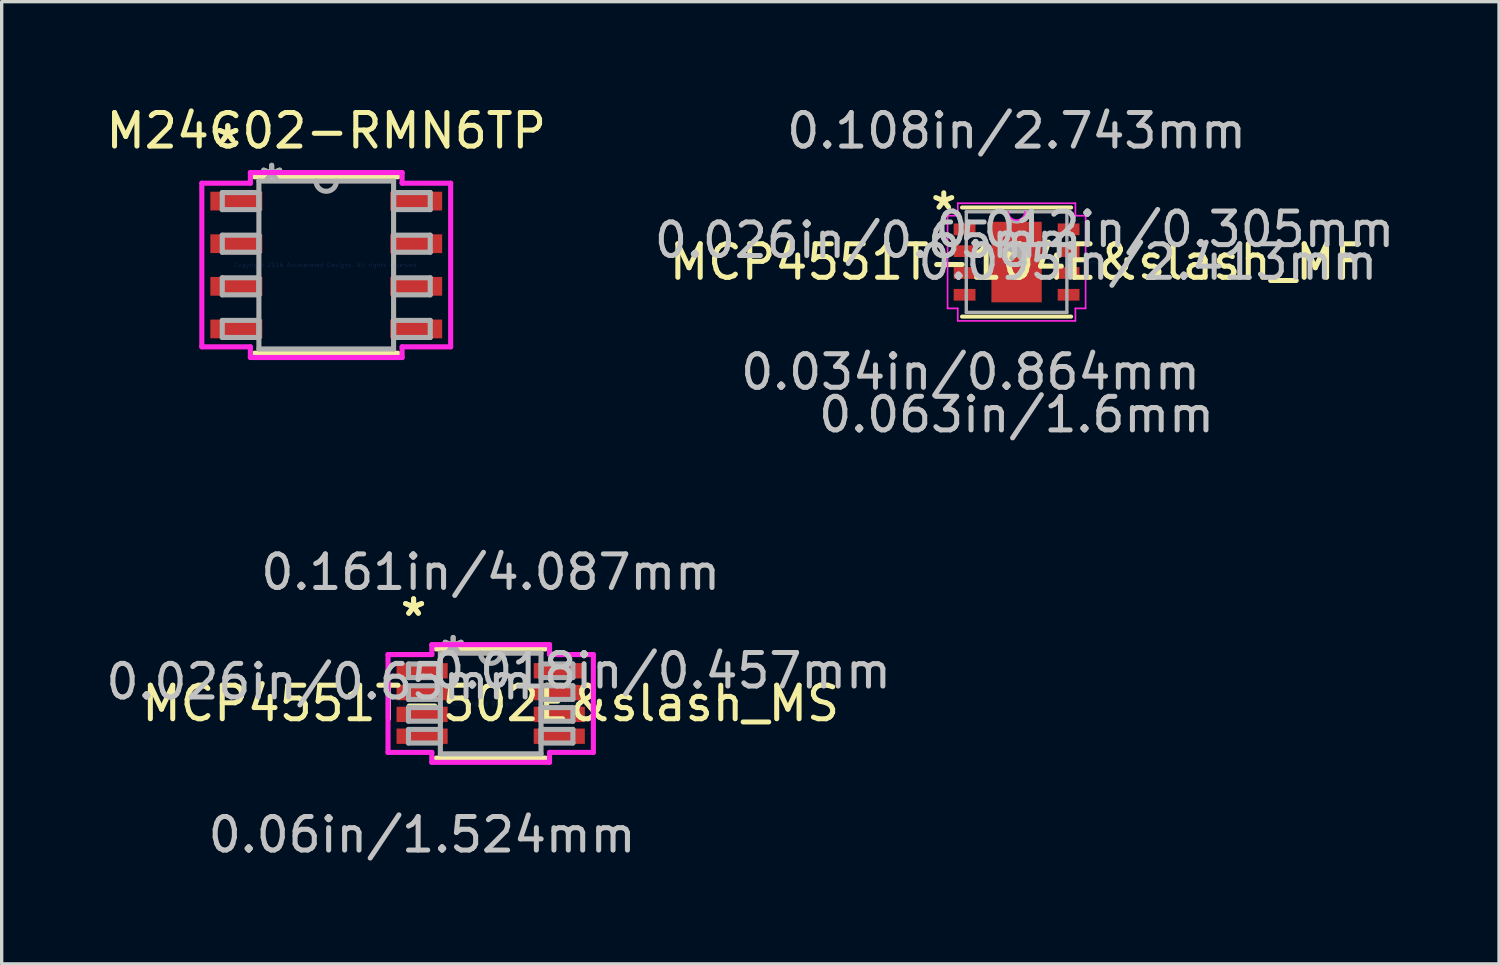
<source format=kicad_pcb>
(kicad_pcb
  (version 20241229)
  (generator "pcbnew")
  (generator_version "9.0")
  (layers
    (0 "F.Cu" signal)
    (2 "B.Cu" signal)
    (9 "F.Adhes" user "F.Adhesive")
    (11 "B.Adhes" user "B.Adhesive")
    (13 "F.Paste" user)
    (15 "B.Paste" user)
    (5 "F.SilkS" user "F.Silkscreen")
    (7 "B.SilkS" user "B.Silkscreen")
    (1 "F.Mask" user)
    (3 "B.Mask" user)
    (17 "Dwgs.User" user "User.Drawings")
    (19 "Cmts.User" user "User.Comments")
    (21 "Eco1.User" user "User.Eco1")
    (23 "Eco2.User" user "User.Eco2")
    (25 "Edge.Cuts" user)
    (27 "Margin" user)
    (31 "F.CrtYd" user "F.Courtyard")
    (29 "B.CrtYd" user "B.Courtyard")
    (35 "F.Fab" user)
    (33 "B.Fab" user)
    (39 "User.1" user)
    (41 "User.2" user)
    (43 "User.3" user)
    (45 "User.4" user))
  (footprint "M24C02-RMN6TP"
    (layer "F.Cu")
    (at 6.673 4.848)
    (property "Reference" "M24C02-RMN6TP" (at 0 -4 0) (layer "F.SilkS") (effects (font (size 1 1) (thickness 0.15))))
    (attr through_hole)
    (fp_line (start -2.134 2.629) (end 2.134 2.629) (stroke (width 0.152) (type solid)) (layer "F.SilkS"))
    (fp_line (start 2.134 -2.629) (end -2.134 -2.629) (stroke (width 0.152) (type solid)) (layer "F.SilkS"))
    (fp_line (start -3.708 -2.438) (end -2.261 -2.438) (stroke (width 0.152) (type solid)) (layer "F.CrtYd"))
    (fp_line (start -3.708 2.438) (end -3.708 -2.438) (stroke (width 0.152) (type solid)) (layer "F.CrtYd"))
    (fp_line (start -2.261 -2.756) (end 2.261 -2.756) (stroke (width 0.152) (type solid)) (layer "F.CrtYd"))
    (fp_line (start -2.261 -2.438) (end -2.261 -2.756) (stroke (width 0.152) (type solid)) (layer "F.CrtYd"))
    (fp_line (start -2.261 2.438) (end -3.708 2.438) (stroke (width 0.152) (type solid)) (layer "F.CrtYd"))
    (fp_line (start -2.261 2.756) (end -2.261 2.438) (stroke (width 0.152) (type solid)) (layer "F.CrtYd"))
    (fp_line (start 2.261 -2.756) (end 2.261 -2.438) (stroke (width 0.152) (type solid)) (layer "F.CrtYd"))
    (fp_line (start 2.261 -2.438) (end 3.708 -2.438) (stroke (width 0.152) (type solid)) (layer "F.CrtYd"))
    (fp_line (start 2.261 2.438) (end 2.261 2.756) (stroke (width 0.152) (type solid)) (layer "F.CrtYd"))
    (fp_line (start 2.261 2.756) (end -2.261 2.756) (stroke (width 0.152) (type solid)) (layer "F.CrtYd"))
    (fp_line (start 3.708 -2.438) (end 3.708 2.438) (stroke (width 0.152) (type solid)) (layer "F.CrtYd"))
    (fp_line (start 3.708 2.438) (end 2.261 2.438) (stroke (width 0.152) (type solid)) (layer "F.CrtYd"))
    (fp_line (start -3.099 -2.159) (end -3.099 -1.651) (stroke (width 0.152) (type solid)) (layer "F.Fab"))
    (fp_line (start -3.099 -1.651) (end -2.007 -1.651) (stroke (width 0.152) (type solid)) (layer "F.Fab"))
    (fp_line (start -3.099 -0.889) (end -3.099 -0.381) (stroke (width 0.152) (type solid)) (layer "F.Fab"))
    (fp_line (start -3.099 -0.381) (end -2.007 -0.381) (stroke (width 0.152) (type solid)) (layer "F.Fab"))
    (fp_line (start -3.099 0.381) (end -3.099 0.889) (stroke (width 0.152) (type solid)) (layer "F.Fab"))
    (fp_line (start -3.099 0.889) (end -2.007 0.889) (stroke (width 0.152) (type solid)) (layer "F.Fab"))
    (fp_line (start -3.099 1.651) (end -3.099 2.159) (stroke (width 0.152) (type solid)) (layer "F.Fab"))
    (fp_line (start -3.099 2.159) (end -2.007 2.159) (stroke (width 0.152) (type solid)) (layer "F.Fab"))
    (fp_line (start -2.007 -2.502) (end -2.007 2.502) (stroke (width 0.152) (type solid)) (layer "F.Fab"))
    (fp_line (start -2.007 -2.159) (end -3.099 -2.159) (stroke (width 0.152) (type solid)) (layer "F.Fab"))
    (fp_line (start -2.007 -1.651) (end -2.007 -2.159) (stroke (width 0.152) (type solid)) (layer "F.Fab"))
    (fp_line (start -2.007 -0.889) (end -3.099 -0.889) (stroke (width 0.152) (type solid)) (layer "F.Fab"))
    (fp_line (start -2.007 -0.381) (end -2.007 -0.889) (stroke (width 0.152) (type solid)) (layer "F.Fab"))
    (fp_line (start -2.007 0.381) (end -3.099 0.381) (stroke (width 0.152) (type solid)) (layer "F.Fab"))
    (fp_line (start -2.007 0.889) (end -2.007 0.381) (stroke (width 0.152) (type solid)) (layer "F.Fab"))
    (fp_line (start -2.007 1.651) (end -3.099 1.651) (stroke (width 0.152) (type solid)) (layer "F.Fab"))
    (fp_line (start -2.007 2.159) (end -2.007 1.651) (stroke (width 0.152) (type solid)) (layer "F.Fab"))
    (fp_line (start -2.007 2.502) (end 2.007 2.502) (stroke (width 0.152) (type solid)) (layer "F.Fab"))
    (fp_line (start 2.007 -2.502) (end -2.007 -2.502) (stroke (width 0.152) (type solid)) (layer "F.Fab"))
    (fp_line (start 2.007 -2.159) (end 2.007 -1.651) (stroke (width 0.152) (type solid)) (layer "F.Fab"))
    (fp_line (start 2.007 -1.651) (end 3.099 -1.651) (stroke (width 0.152) (type solid)) (layer "F.Fab"))
    (fp_line (start 2.007 -0.889) (end 2.007 -0.381) (stroke (width 0.152) (type solid)) (layer "F.Fab"))
    (fp_line (start 2.007 -0.381) (end 3.099 -0.381) (stroke (width 0.152) (type solid)) (layer "F.Fab"))
    (fp_line (start 2.007 0.381) (end 2.007 0.889) (stroke (width 0.152) (type solid)) (layer "F.Fab"))
    (fp_line (start 2.007 0.889) (end 3.099 0.889) (stroke (width 0.152) (type solid)) (layer "F.Fab"))
    (fp_line (start 2.007 1.651) (end 2.007 2.159) (stroke (width 0.152) (type solid)) (layer "F.Fab"))
    (fp_line (start 2.007 2.159) (end 3.099 2.159) (stroke (width 0.152) (type solid)) (layer "F.Fab"))
    (fp_line (start 2.007 2.502) (end 2.007 -2.502) (stroke (width 0.152) (type solid)) (layer "F.Fab"))
    (fp_line (start 3.099 -2.159) (end 2.007 -2.159) (stroke (width 0.152) (type solid)) (layer "F.Fab"))
    (fp_line (start 3.099 -1.651) (end 3.099 -2.159) (stroke (width 0.152) (type solid)) (layer "F.Fab"))
    (fp_line (start 3.099 -0.889) (end 2.007 -0.889) (stroke (width 0.152) (type solid)) (layer "F.Fab"))
    (fp_line (start 3.099 -0.381) (end 3.099 -0.889) (stroke (width 0.152) (type solid)) (layer "F.Fab"))
    (fp_line (start 3.099 0.381) (end 2.007 0.381) (stroke (width 0.152) (type solid)) (layer "F.Fab"))
    (fp_line (start 3.099 0.889) (end 3.099 0.381) (stroke (width 0.152) (type solid)) (layer "F.Fab"))
    (fp_line (start 3.099 1.651) (end 2.007 1.651) (stroke (width 0.152) (type solid)) (layer "F.Fab"))
    (fp_line (start 3.099 2.159) (end 3.099 1.651) (stroke (width 0.152) (type solid)) (layer "F.Fab"))
    (fp_arc (start 0.3048 -2.5019) (mid 0 -2.1971) (end -0.3048 -2.5019) (stroke (width 0.1524) (type solid)) (layer "F.Fab"))
    (fp_text user "*" (at -2.934 -3.607 0) (layer "F.SilkS") (effects (font (size 1 1) (thickness 0.15))))
    (fp_text user "*" (at -2.934 -3.607 0) (layer "F.SilkS") (effects (font (size 1 1) (thickness 0.15))))
    (fp_text user "Copyright 2016 Accelerated Designs. All rights reserved." (at 0 0 0) (layer "Cmts.User") (effects (font (size 0.127 0.127) (thickness 0.002))))
    (fp_text user "*" (at -1.626 -2.426 0) (layer "F.Fab") (effects (font (size 1 1) (thickness 0.15))))
    (fp_text user "*" (at -1.626 -2.426 0) (layer "F.Fab") (effects (font (size 1 1) (thickness 0.15))))
    (pad "1" smd rect (at -2.68 -1.905) (size 1.549 0.559) (layers "F.Cu" "F.Mask" "F.Paste"))
    (pad "2" smd rect (at -2.68 -0.635) (size 1.549 0.559) (layers "F.Cu" "F.Mask" "F.Paste"))
    (pad "3" smd rect (at -2.68 0.635) (size 1.549 0.559) (layers "F.Cu" "F.Mask" "F.Paste"))
    (pad "4" smd rect (at -2.68 1.905) (size 1.549 0.559) (layers "F.Cu" "F.Mask" "F.Paste"))
    (pad "5" smd rect (at 2.68 1.905) (size 1.549 0.559) (layers "F.Cu" "F.Mask" "F.Paste"))
    (pad "6" smd rect (at 2.68 0.635) (size 1.549 0.559) (layers "F.Cu" "F.Mask" "F.Paste"))
    (pad "7" smd rect (at 2.68 -0.635) (size 1.549 0.559) (layers "F.Cu" "F.Mask" "F.Paste"))
    (pad "8" smd rect (at 2.68 -1.905) (size 1.549 0.559) (layers "F.Cu" "F.Mask" "F.Paste")))
  (footprint "MCP4551T-104E&slash_MF"
    (layer "F.Cu")
    (at 27.247 4.76)
    (property "Reference" "MCP4551T-104E&slash_MF" (at 0 0 0) (layer "F.SilkS") (effects (font (size 1 1) (thickness 0.15))))
    (attr through_hole)
    (fp_line (start -1.626 1.626) (end 1.626 1.626) (stroke (width 0.12) (type solid)) (layer "F.SilkS"))
    (fp_line (start 1.626 -1.626) (end -1.626 -1.626) (stroke (width 0.12) (type solid)) (layer "F.SilkS"))
    (fp_line (start -2.057 -1.381) (end -1.753 -1.381) (stroke (width 0.05) (type solid)) (layer "F.CrtYd"))
    (fp_line (start -2.057 1.381) (end -2.057 -1.381) (stroke (width 0.05) (type solid)) (layer "F.CrtYd"))
    (fp_line (start -1.753 -1.753) (end 1.753 -1.753) (stroke (width 0.05) (type solid)) (layer "F.CrtYd"))
    (fp_line (start -1.753 -1.381) (end -1.753 -1.753) (stroke (width 0.05) (type solid)) (layer "F.CrtYd"))
    (fp_line (start -1.753 1.381) (end -2.057 1.381) (stroke (width 0.05) (type solid)) (layer "F.CrtYd"))
    (fp_line (start -1.753 1.753) (end -1.753 1.381) (stroke (width 0.05) (type solid)) (layer "F.CrtYd"))
    (fp_line (start 1.753 -1.753) (end 1.753 -1.381) (stroke (width 0.05) (type solid)) (layer "F.CrtYd"))
    (fp_line (start 1.753 -1.381) (end 2.057 -1.381) (stroke (width 0.05) (type solid)) (layer "F.CrtYd"))
    (fp_line (start 1.753 1.381) (end 1.753 1.753) (stroke (width 0.05) (type solid)) (layer "F.CrtYd"))
    (fp_line (start 1.753 1.753) (end -1.753 1.753) (stroke (width 0.05) (type solid)) (layer "F.CrtYd"))
    (fp_line (start 2.057 -1.381) (end 2.057 1.381) (stroke (width 0.05) (type solid)) (layer "F.CrtYd"))
    (fp_line (start 2.057 1.381) (end 1.753 1.381) (stroke (width 0.05) (type solid)) (layer "F.CrtYd"))
    (fp_arc (start 0.249767 -1.4986) (mid 0 -1.248833) (end -0.249767 -1.4986) (stroke (width 0.05) (type solid)) (layer "F.CrtYd"))
    (fp_line (start -1.499 -1.499) (end -1.499 1.499) (stroke (width 0.1) (type solid)) (layer "F.Fab"))
    (fp_line (start -1.499 1.499) (end 1.499 1.499) (stroke (width 0.1) (type solid)) (layer "F.Fab"))
    (fp_line (start 1.499 -1.499) (end -1.499 -1.499) (stroke (width 0.1) (type solid)) (layer "F.Fab"))
    (fp_line (start 1.499 1.499) (end 1.499 -1.499) (stroke (width 0.1) (type solid)) (layer "F.Fab"))
    (fp_arc (start 0.3048 -1.4986) (mid 0 -1.1938) (end -0.3048 -1.4986) (stroke (width 0.1) (type solid)) (layer "F.Fab"))
    (fp_text user "*" (at 0 0 0) (layer "F.SilkS") (effects (font (size 1 1) (thickness 0.15))))
    (fp_text user "*" (at -2.17 -1.52 0) (layer "F.SilkS") (effects (font (size 1 1) (thickness 0.15))))
    (fp_text user "0.012in/0.305mm" (at 4.42 -0.975 0) (layer "Dwgs.User") (effects (font (size 1 1) (thickness 0.15))))
    (fp_text user "0.063in/1.6mm" (at 0 4.547 0) (layer "Dwgs.User") (effects (font (size 1 1) (thickness 0.15))))
    (fp_text user "0.026in/0.65mm" (at -4.42 -0.65 0) (layer "Dwgs.User") (effects (font (size 1 1) (thickness 0.15))))
    (fp_text user "0.095in/2.413mm" (at 3.912 0 0) (layer "Dwgs.User") (effects (font (size 1 1) (thickness 0.15))))
    (fp_text user "0.034in/0.864mm" (at -1.372 3.277 0) (layer "Dwgs.User") (effects (font (size 1 1) (thickness 0.15))))
    (fp_text user "0.108in/2.743mm" (at 0 -3.912 0) (layer "Dwgs.User") (effects (font (size 1 1) (thickness 0.15))))
    (fp_text user "Copyright 2021 Accelerated Designs. All rights reserved." (at 0 0 0) (layer "Cmts.User") (effects (font (size 0.127 0.127) (thickness 0.002))))
    (fp_text user "*" (at 0 0 0) (layer "F.Fab") (effects (font (size 1 1) (thickness 0.15))))
    (pad "1" smd rect (at -1.55 -0.975) (size 0.65 0.35) (layers "F.Cu" "F.Mask" "F.Paste"))
    (pad "2" smd rect (at -1.55 -0.325) (size 0.65 0.35) (layers "F.Cu" "F.Mask" "F.Paste"))
    (pad "3" smd rect (at -1.55 0.325) (size 0.65 0.35) (layers "F.Cu" "F.Mask" "F.Paste"))
    (pad "4" smd rect (at -1.55 0.975) (size 0.65 0.35) (layers "F.Cu" "F.Mask" "F.Paste"))
    (pad "5" smd rect (at 1.55 0.975) (size 0.65 0.35) (layers "F.Cu" "F.Mask" "F.Paste"))
    (pad "6" smd rect (at 1.55 0.325) (size 0.65 0.35) (layers "F.Cu" "F.Mask" "F.Paste"))
    (pad "7" smd rect (at 1.55 -0.325) (size 0.65 0.35) (layers "F.Cu" "F.Mask" "F.Paste"))
    (pad "8" smd rect (at 1.55 -0.975) (size 0.65 0.35) (layers "F.Cu" "F.Mask" "F.Paste"))
    (pad "9" smd rect (at 0 0) (size 1.5 2.4) (layers "F.Cu" "F.Mask" "F.Paste")))
  (footprint "MCP4551T-502E&slash_MS"
    (layer "F.Cu")
    (at 11.574 17.916)
    (property "Reference" "MCP4551T-502E&slash_MS" (at 0 0 0) (layer "F.SilkS") (effects (font (size 1 1) (thickness 0.15))))
    (attr through_hole)
    (fp_line (start -1.627 1.627) (end 1.627 1.627) (stroke (width 0.152) (type solid)) (layer "F.SilkS"))
    (fp_line (start 1.627 -1.627) (end -1.627 -1.627) (stroke (width 0.152) (type solid)) (layer "F.SilkS"))
    (fp_line (start -3.06 -1.458) (end -1.754 -1.458) (stroke (width 0.152) (type solid)) (layer "F.CrtYd"))
    (fp_line (start -3.06 1.458) (end -3.06 -1.458) (stroke (width 0.152) (type solid)) (layer "F.CrtYd"))
    (fp_line (start -1.754 -1.754) (end 1.754 -1.754) (stroke (width 0.152) (type solid)) (layer "F.CrtYd"))
    (fp_line (start -1.754 -1.458) (end -1.754 -1.754) (stroke (width 0.152) (type solid)) (layer "F.CrtYd"))
    (fp_line (start -1.754 1.458) (end -3.06 1.458) (stroke (width 0.152) (type solid)) (layer "F.CrtYd"))
    (fp_line (start -1.754 1.754) (end -1.754 1.458) (stroke (width 0.152) (type solid)) (layer "F.CrtYd"))
    (fp_line (start 1.754 -1.754) (end 1.754 -1.458) (stroke (width 0.152) (type solid)) (layer "F.CrtYd"))
    (fp_line (start 1.754 -1.458) (end 3.06 -1.458) (stroke (width 0.152) (type solid)) (layer "F.CrtYd"))
    (fp_line (start 1.754 1.458) (end 1.754 1.754) (stroke (width 0.152) (type solid)) (layer "F.CrtYd"))
    (fp_line (start 1.754 1.754) (end -1.754 1.754) (stroke (width 0.152) (type solid)) (layer "F.CrtYd"))
    (fp_line (start 3.06 -1.458) (end 3.06 1.458) (stroke (width 0.152) (type solid)) (layer "F.CrtYd"))
    (fp_line (start 3.06 1.458) (end 1.754 1.458) (stroke (width 0.152) (type solid)) (layer "F.CrtYd"))
    (fp_line (start -2.45 -1.178) (end -2.45 -0.772) (stroke (width 0.152) (type solid)) (layer "F.Fab"))
    (fp_line (start -2.45 -0.772) (end -1.5 -0.772) (stroke (width 0.152) (type solid)) (layer "F.Fab"))
    (fp_line (start -2.45 -0.528) (end -2.45 -0.122) (stroke (width 0.152) (type solid)) (layer "F.Fab"))
    (fp_line (start -2.45 -0.122) (end -1.5 -0.122) (stroke (width 0.152) (type solid)) (layer "F.Fab"))
    (fp_line (start -2.45 0.122) (end -2.45 0.528) (stroke (width 0.152) (type solid)) (layer "F.Fab"))
    (fp_line (start -2.45 0.528) (end -1.5 0.528) (stroke (width 0.152) (type solid)) (layer "F.Fab"))
    (fp_line (start -2.45 0.772) (end -2.45 1.178) (stroke (width 0.152) (type solid)) (layer "F.Fab"))
    (fp_line (start -2.45 1.178) (end -1.5 1.178) (stroke (width 0.152) (type solid)) (layer "F.Fab"))
    (fp_line (start -1.5 -1.5) (end -1.5 1.5) (stroke (width 0.152) (type solid)) (layer "F.Fab"))
    (fp_line (start -1.5 -1.178) (end -2.45 -1.178) (stroke (width 0.152) (type solid)) (layer "F.Fab"))
    (fp_line (start -1.5 -0.772) (end -1.5 -1.178) (stroke (width 0.152) (type solid)) (layer "F.Fab"))
    (fp_line (start -1.5 -0.528) (end -2.45 -0.528) (stroke (width 0.152) (type solid)) (layer "F.Fab"))
    (fp_line (start -1.5 -0.122) (end -1.5 -0.528) (stroke (width 0.152) (type solid)) (layer "F.Fab"))
    (fp_line (start -1.5 0.122) (end -2.45 0.122) (stroke (width 0.152) (type solid)) (layer "F.Fab"))
    (fp_line (start -1.5 0.528) (end -1.5 0.122) (stroke (width 0.152) (type solid)) (layer "F.Fab"))
    (fp_line (start -1.5 0.772) (end -2.45 0.772) (stroke (width 0.152) (type solid)) (layer "F.Fab"))
    (fp_line (start -1.5 1.178) (end -1.5 0.772) (stroke (width 0.152) (type solid)) (layer "F.Fab"))
    (fp_line (start -1.5 1.5) (end 1.5 1.5) (stroke (width 0.152) (type solid)) (layer "F.Fab"))
    (fp_line (start 1.5 -1.5) (end -1.5 -1.5) (stroke (width 0.152) (type solid)) (layer "F.Fab"))
    (fp_line (start 1.5 -1.178) (end 1.5 -0.772) (stroke (width 0.152) (type solid)) (layer "F.Fab"))
    (fp_line (start 1.5 -0.772) (end 2.45 -0.772) (stroke (width 0.152) (type solid)) (layer "F.Fab"))
    (fp_line (start 1.5 -0.528) (end 1.5 -0.122) (stroke (width 0.152) (type solid)) (layer "F.Fab"))
    (fp_line (start 1.5 -0.122) (end 2.45 -0.122) (stroke (width 0.152) (type solid)) (layer "F.Fab"))
    (fp_line (start 1.5 0.122) (end 1.5 0.528) (stroke (width 0.152) (type solid)) (layer "F.Fab"))
    (fp_line (start 1.5 0.528) (end 2.45 0.528) (stroke (width 0.152) (type solid)) (layer "F.Fab"))
    (fp_line (start 1.5 0.772) (end 1.5 1.178) (stroke (width 0.152) (type solid)) (layer "F.Fab"))
    (fp_line (start 1.5 1.178) (end 2.45 1.178) (stroke (width 0.152) (type solid)) (layer "F.Fab"))
    (fp_line (start 1.5 1.5) (end 1.5 -1.5) (stroke (width 0.152) (type solid)) (layer "F.Fab"))
    (fp_line (start 2.45 -1.178) (end 1.5 -1.178) (stroke (width 0.152) (type solid)) (layer "F.Fab"))
    (fp_line (start 2.45 -0.772) (end 2.45 -1.178) (stroke (width 0.152) (type solid)) (layer "F.Fab"))
    (fp_line (start 2.45 -0.528) (end 1.5 -0.528) (stroke (width 0.152) (type solid)) (layer "F.Fab"))
    (fp_line (start 2.45 -0.122) (end 2.45 -0.528) (stroke (width 0.152) (type solid)) (layer "F.Fab"))
    (fp_line (start 2.45 0.122) (end 1.5 0.122) (stroke (width 0.152) (type solid)) (layer "F.Fab"))
    (fp_line (start 2.45 0.528) (end 2.45 0.122) (stroke (width 0.152) (type solid)) (layer "F.Fab"))
    (fp_line (start 2.45 0.772) (end 1.5 0.772) (stroke (width 0.152) (type solid)) (layer "F.Fab"))
    (fp_line (start 2.45 1.178) (end 2.45 0.772) (stroke (width 0.152) (type solid)) (layer "F.Fab"))
    (fp_arc (start 0.3048 -1.5) (mid 0 -1.1952) (end -0.3048 -1.5) (stroke (width 0.1524) (type solid)) (layer "F.Fab"))
    (fp_text user "*" (at -2.298 -2.575 0) (layer "F.SilkS") (effects (font (size 1 1) (thickness 0.15))))
    (fp_text user "*" (at -2.298 -2.575 0) (layer "F.SilkS") (effects (font (size 1 1) (thickness 0.15))))
    (fp_text user "0.06in/1.524mm" (at -2.044 3.913 0) (layer "Dwgs.User") (effects (font (size 1 1) (thickness 0.15))))
    (fp_text user "0.018in/0.457mm" (at 5.092 -0.975 0) (layer "Dwgs.User") (effects (font (size 1 1) (thickness 0.15))))
    (fp_text user "0.026in/0.65mm" (at -5.092 -0.65 0) (layer "Dwgs.User") (effects (font (size 1 1) (thickness 0.15))))
    (fp_text user "0.161in/4.087mm" (at 0 -3.913 0) (layer "Dwgs.User") (effects (font (size 1 1) (thickness 0.15))))
    (fp_text user "Copyright 2016 Accelerated Designs. All rights reserved." (at 0 0 0) (layer "Cmts.User") (effects (font (size 0.127 0.127) (thickness 0.002))))
    (fp_text user "*" (at -1.119 -1.424 0) (layer "F.Fab") (effects (font (size 1 1) (thickness 0.15))))
    (fp_text user "*" (at -1.119 -1.424 0) (layer "F.Fab") (effects (font (size 1 1) (thickness 0.15))))
    (pad "1" smd rect (at -2.044 -0.975) (size 1.524 0.457) (layers "F.Cu" "F.Mask" "F.Paste"))
    (pad "2" smd rect (at -2.044 -0.325) (size 1.524 0.457) (layers "F.Cu" "F.Mask" "F.Paste"))
    (pad "3" smd rect (at -2.044 0.325) (size 1.524 0.457) (layers "F.Cu" "F.Mask" "F.Paste"))
    (pad "4" smd rect (at -2.044 0.975) (size 1.524 0.457) (layers "F.Cu" "F.Mask" "F.Paste"))
    (pad "5" smd rect (at 2.044 0.975) (size 1.524 0.457) (layers "F.Cu" "F.Mask" "F.Paste"))
    (pad "6" smd rect (at 2.044 0.325) (size 1.524 0.457) (layers "F.Cu" "F.Mask" "F.Paste"))
    (pad "7" smd rect (at 2.044 -0.325) (size 1.524 0.457) (layers "F.Cu" "F.Mask" "F.Paste"))
    (pad "8" smd rect (at 2.044 -0.975) (size 1.524 0.457) (layers "F.Cu" "F.Mask" "F.Paste")))
  (gr_rect
    (start -3 -3)
    (end 41.625 25.677)
    (stroke (width 0.1) (type default))
    (fill no)
    (layer "Edge.Cuts")))
</source>
